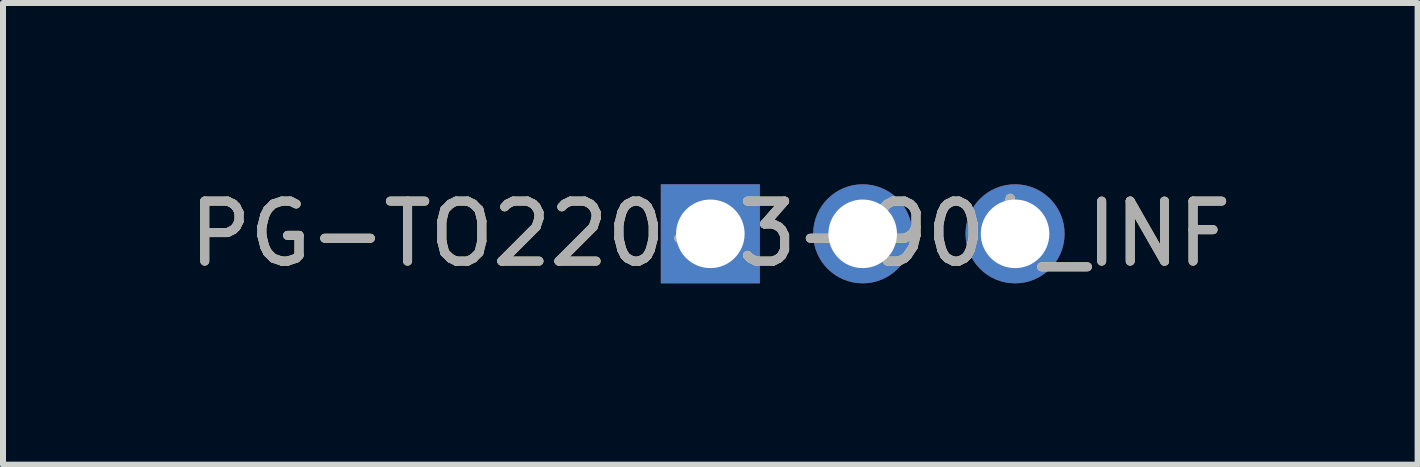
<source format=kicad_pcb>
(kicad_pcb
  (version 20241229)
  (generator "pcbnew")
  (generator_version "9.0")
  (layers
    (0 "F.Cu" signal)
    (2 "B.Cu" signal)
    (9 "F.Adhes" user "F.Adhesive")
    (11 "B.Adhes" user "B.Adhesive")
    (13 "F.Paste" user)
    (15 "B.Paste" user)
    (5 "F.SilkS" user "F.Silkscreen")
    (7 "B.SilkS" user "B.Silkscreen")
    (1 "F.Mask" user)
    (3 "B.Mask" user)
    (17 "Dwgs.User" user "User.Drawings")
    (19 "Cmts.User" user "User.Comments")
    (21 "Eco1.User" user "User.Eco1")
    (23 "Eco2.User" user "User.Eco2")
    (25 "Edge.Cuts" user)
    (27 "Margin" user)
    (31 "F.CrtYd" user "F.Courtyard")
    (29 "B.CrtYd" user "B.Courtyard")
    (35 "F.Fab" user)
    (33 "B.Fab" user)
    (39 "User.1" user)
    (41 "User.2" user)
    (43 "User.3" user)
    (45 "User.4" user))
  (footprint "PG-TO220-3-904_INF"
    (layer "F.Cu")
    (at 8.792 0.848)
    (property "Reference" "PG-TO220-3-904_INF" (at 0 0 0) (unlocked yes) (layer "F.SilkS") (effects (font (size 1 1) (thickness 0.15))))
    (attr through_hole)
    (fp_text user "${REFERENCE}" (at 0 0 0) (unlocked yes) (layer "F.Fab") (effects (font (size 1 1) (thickness 0.15))))
    (pad "1" thru_hole rect (at 0 0) (size 1.651 1.651) (drill 1.143) (layers "*.Cu" "*.Mask"))
    (pad "2" thru_hole circle (at 2.54 0) (size 1.651 1.651) (drill 1.143) (layers "*.Cu" "*.Mask"))
    (pad "3" thru_hole circle (at 5.08 0) (size 1.651 1.651) (drill 1.143) (layers "*.Cu" "*.Mask")))
  (gr_rect
    (start -3 -3)
    (end 20.583 4.697)
    (stroke (width 0.1) (type default))
    (fill no)
    (layer "Edge.Cuts")))
</source>
